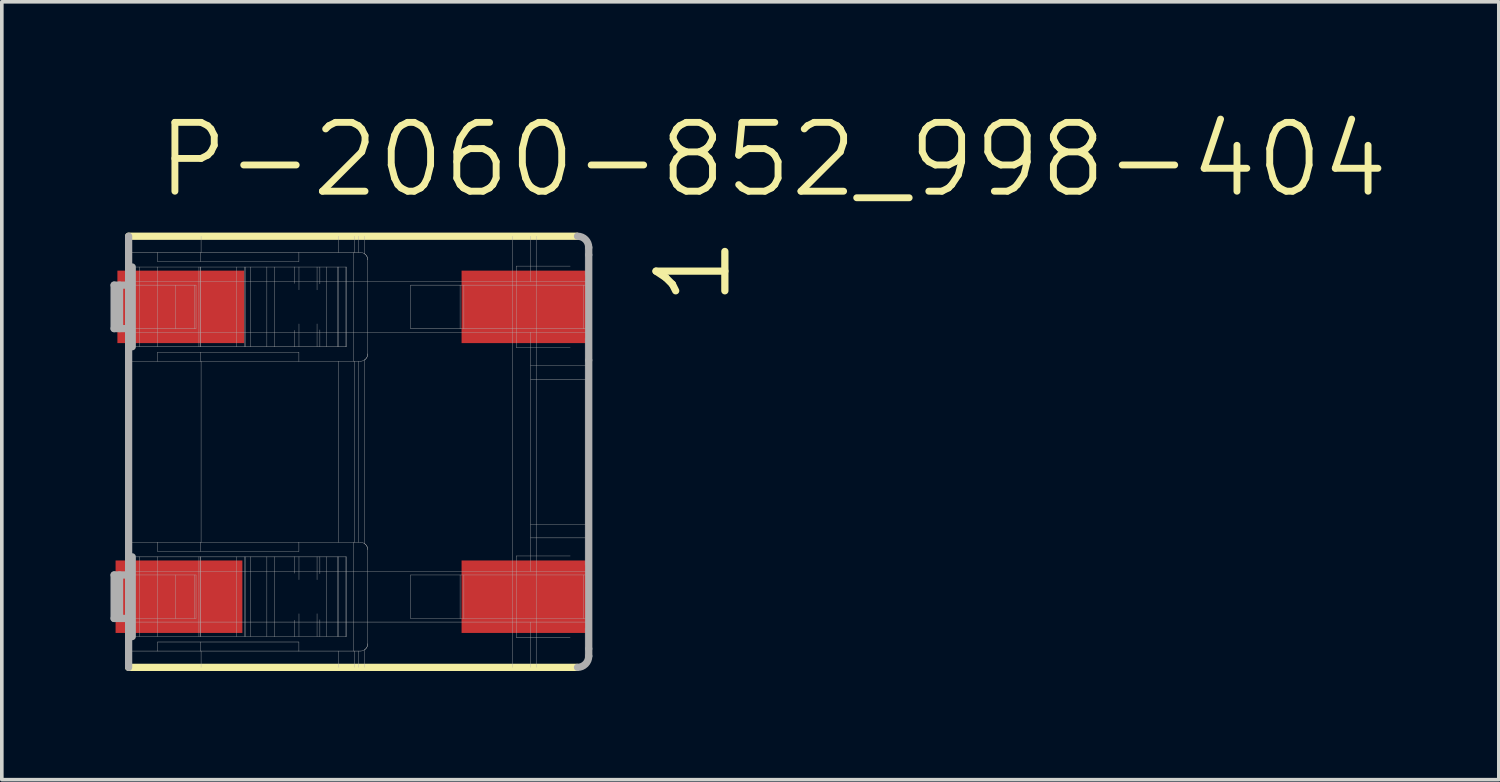
<source format=kicad_pcb>
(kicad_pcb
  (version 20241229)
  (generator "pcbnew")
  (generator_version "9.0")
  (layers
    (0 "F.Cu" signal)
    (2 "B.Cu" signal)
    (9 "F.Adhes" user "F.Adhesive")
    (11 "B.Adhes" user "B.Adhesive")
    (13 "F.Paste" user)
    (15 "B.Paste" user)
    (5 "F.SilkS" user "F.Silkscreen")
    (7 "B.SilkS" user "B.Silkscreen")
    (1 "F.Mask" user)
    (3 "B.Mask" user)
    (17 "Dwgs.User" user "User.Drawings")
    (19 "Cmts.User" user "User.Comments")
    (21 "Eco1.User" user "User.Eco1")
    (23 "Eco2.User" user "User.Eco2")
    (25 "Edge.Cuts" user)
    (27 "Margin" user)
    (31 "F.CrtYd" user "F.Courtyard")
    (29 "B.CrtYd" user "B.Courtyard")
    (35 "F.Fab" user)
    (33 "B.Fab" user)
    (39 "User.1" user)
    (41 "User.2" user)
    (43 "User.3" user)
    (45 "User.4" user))
  (footprint "P-2060-852_998-404"
    (layer "F.Cu")
    (at 6.69 9.42)
    (property "Reference" "P-2060-852_998-404" (at -5.49 -6.95 0) (layer "F.SilkS") (effects (font (size 1.9 1.9) (thickness 0.19)) (justify left bottom)))
    (attr through_hole)
    (fp_line (start -6.19 5.95) (end 6.185 5.95) (stroke (width 0.2) (type solid)) (layer "F.SilkS"))
    (fp_line (start 6.185 -5.95) (end -6.19 -5.95) (stroke (width 0.2) (type solid)) (layer "F.SilkS"))
    (fp_line (start -6.59 -3.4) (end -6.59 -4.6) (stroke (width 0.2) (type solid)) (layer "F.Fab"))
    (fp_line (start -6.59 4.6) (end -6.59 3.4) (stroke (width 0.2) (type solid)) (layer "F.Fab"))
    (fp_line (start -6.44 -3.4) (end -6.44 -4.6) (stroke (width 0.2) (type solid)) (layer "F.Fab"))
    (fp_line (start -6.44 4.6) (end -6.44 3.4) (stroke (width 0.2) (type solid)) (layer "F.Fab"))
    (fp_line (start -6.19 -5.95) (end -6.19 -4.6) (stroke (width 0.2) (type solid)) (layer "F.Fab"))
    (fp_line (start -6.19 -5.5) (end -5.39 -5.5) (stroke (width 0.01) (type solid)) (layer "F.Fab"))
    (fp_line (start -6.19 -4.7) (end 6.51 -4.7) (stroke (width 0.01) (type solid)) (layer "F.Fab"))
    (fp_line (start -6.19 -4.6) (end -6.59 -4.6) (stroke (width 0.2) (type solid)) (layer "F.Fab"))
    (fp_line (start -6.19 -4.6) (end -6.19 -3.4) (stroke (width 0.2) (type solid)) (layer "F.Fab"))
    (fp_line (start -6.19 -4.6) (end -4.329 -4.6) (stroke (width 0.01) (type solid)) (layer "F.Fab"))
    (fp_line (start -6.19 -3.4) (end -6.59 -3.4) (stroke (width 0.2) (type solid)) (layer "F.Fab"))
    (fp_line (start -6.19 -3.4) (end -6.19 3.4) (stroke (width 0.2) (type solid)) (layer "F.Fab"))
    (fp_line (start -6.19 -3.4) (end -4.329 -3.4) (stroke (width 0.01) (type solid)) (layer "F.Fab"))
    (fp_line (start -6.19 2.5) (end -5.39 2.5) (stroke (width 0.01) (type solid)) (layer "F.Fab"))
    (fp_line (start -6.19 3.3) (end 6.51 3.3) (stroke (width 0.01) (type solid)) (layer "F.Fab"))
    (fp_line (start -6.19 3.4) (end -6.59 3.4) (stroke (width 0.2) (type solid)) (layer "F.Fab"))
    (fp_line (start -6.19 3.4) (end -6.19 4.6) (stroke (width 0.2) (type solid)) (layer "F.Fab"))
    (fp_line (start -6.19 3.4) (end -4.329 3.4) (stroke (width 0.01) (type solid)) (layer "F.Fab"))
    (fp_line (start -6.19 4.6) (end -6.59 4.6) (stroke (width 0.2) (type solid)) (layer "F.Fab"))
    (fp_line (start -6.19 4.6) (end -6.19 5.95) (stroke (width 0.2) (type solid)) (layer "F.Fab"))
    (fp_line (start -6.19 4.6) (end -4.329 4.6) (stroke (width 0.01) (type solid)) (layer "F.Fab"))
    (fp_line (start -6.09 -5.1) (end -6.09 -2.9) (stroke (width 0.2) (type solid)) (layer "F.Fab"))
    (fp_line (start -6.09 2.9) (end -6.09 5.1) (stroke (width 0.2) (type solid)) (layer "F.Fab"))
    (fp_line (start -5.89 -2.9) (end -5.89 -5.1) (stroke (width 0.01) (type solid)) (layer "F.Fab"))
    (fp_line (start -5.89 5.1) (end -5.89 2.9) (stroke (width 0.01) (type solid)) (layer "F.Fab"))
    (fp_line (start -5.39 -5.5) (end -5.39 -5.25) (stroke (width 0.01) (type solid)) (layer "F.Fab"))
    (fp_line (start -5.39 -5.5) (end -4.205 -5.5) (stroke (width 0.01) (type solid)) (layer "F.Fab"))
    (fp_line (start -5.39 -5.25) (end -1.49 -5.25) (stroke (width 0.01) (type solid)) (layer "F.Fab"))
    (fp_line (start -5.39 -5.1) (end -5.39 -2.9) (stroke (width 0.01) (type solid)) (layer "F.Fab"))
    (fp_line (start -5.39 -2.5) (end -6.19 -2.5) (stroke (width 0.01) (type solid)) (layer "F.Fab"))
    (fp_line (start -5.39 -2.5) (end -5.39 -2.75) (stroke (width 0.01) (type solid)) (layer "F.Fab"))
    (fp_line (start -5.39 2.5) (end -5.39 2.75) (stroke (width 0.01) (type solid)) (layer "F.Fab"))
    (fp_line (start -5.39 2.5) (end -4.205 2.5) (stroke (width 0.01) (type solid)) (layer "F.Fab"))
    (fp_line (start -5.39 2.75) (end -1.49 2.75) (stroke (width 0.01) (type solid)) (layer "F.Fab"))
    (fp_line (start -5.39 2.9) (end -5.39 5.1) (stroke (width 0.01) (type solid)) (layer "F.Fab"))
    (fp_line (start -5.39 5.5) (end -6.19 5.5) (stroke (width 0.01) (type solid)) (layer "F.Fab"))
    (fp_line (start -5.39 5.5) (end -5.39 5.25) (stroke (width 0.01) (type solid)) (layer "F.Fab"))
    (fp_line (start -4.89 -3.4) (end -4.89 -4.6) (stroke (width 0.01) (type solid)) (layer "F.Fab"))
    (fp_line (start -4.89 4.6) (end -4.89 3.4) (stroke (width 0.01) (type solid)) (layer "F.Fab"))
    (fp_line (start -4.362 -3.4) (end -4.362 -4.6) (stroke (width 0.01) (type solid)) (layer "F.Fab"))
    (fp_line (start -4.362 4.6) (end -4.362 3.4) (stroke (width 0.01) (type solid)) (layer "F.Fab"))
    (fp_line (start -4.329 -3.4) (end -4.329 -4.6) (stroke (width 0.01) (type solid)) (layer "F.Fab"))
    (fp_line (start -4.329 4.6) (end -4.329 3.4) (stroke (width 0.01) (type solid)) (layer "F.Fab"))
    (fp_line (start -4.249 -2.9) (end -4.249 -5.1) (stroke (width 0.01) (type solid)) (layer "F.Fab"))
    (fp_line (start -4.249 5.1) (end -4.249 2.9) (stroke (width 0.01) (type solid)) (layer "F.Fab"))
    (fp_line (start -4.214 -2.9) (end -4.214 -5.1) (stroke (width 0.01) (type solid)) (layer "F.Fab"))
    (fp_line (start -4.214 5.1) (end -4.214 2.9) (stroke (width 0.01) (type solid)) (layer "F.Fab"))
    (fp_line (start -4.205 -5.5) (end -4.205 -5.25) (stroke (width 0.01) (type solid)) (layer "F.Fab"))
    (fp_line (start -4.205 -5.5) (end -1.49 -5.5) (stroke (width 0.01) (type solid)) (layer "F.Fab"))
    (fp_line (start -4.205 -2.9) (end -4.205 -5.1) (stroke (width 0.01) (type solid)) (layer "F.Fab"))
    (fp_line (start -4.205 -2.5) (end -5.39 -2.5) (stroke (width 0.01) (type solid)) (layer "F.Fab"))
    (fp_line (start -4.205 -2.5) (end -4.205 -2.75) (stroke (width 0.01) (type solid)) (layer "F.Fab"))
    (fp_line (start -4.205 2.5) (end -4.205 2.75) (stroke (width 0.01) (type solid)) (layer "F.Fab"))
    (fp_line (start -4.205 2.5) (end -1.49 2.5) (stroke (width 0.01) (type solid)) (layer "F.Fab"))
    (fp_line (start -4.205 5.1) (end -4.205 2.9) (stroke (width 0.01) (type solid)) (layer "F.Fab"))
    (fp_line (start -4.205 5.5) (end -5.39 5.5) (stroke (width 0.01) (type solid)) (layer "F.Fab"))
    (fp_line (start -4.205 5.5) (end -4.205 5.25) (stroke (width 0.01) (type solid)) (layer "F.Fab"))
    (fp_line (start -4.19 -5.95) (end -4.19 -5.5) (stroke (width 0.01) (type solid)) (layer "F.Fab"))
    (fp_line (start -4.19 -2.5) (end -4.19 2.5) (stroke (width 0.01) (type solid)) (layer "F.Fab"))
    (fp_line (start -4.19 5.5) (end -4.19 5.95) (stroke (width 0.01) (type solid)) (layer "F.Fab"))
    (fp_line (start -3.207 -2.9) (end -3.207 -5.1) (stroke (width 0.01) (type solid)) (layer "F.Fab"))
    (fp_line (start -3.207 5.1) (end -3.207 2.9) (stroke (width 0.01) (type solid)) (layer "F.Fab"))
    (fp_line (start -2.997 -2.9) (end -2.997 -5.1) (stroke (width 0.01) (type solid)) (layer "F.Fab"))
    (fp_line (start -2.997 5.1) (end -2.997 2.9) (stroke (width 0.01) (type solid)) (layer "F.Fab"))
    (fp_line (start -2.968 -2.9) (end -2.968 -5.1) (stroke (width 0.01) (type solid)) (layer "F.Fab"))
    (fp_line (start -2.968 5.1) (end -2.968 2.9) (stroke (width 0.01) (type solid)) (layer "F.Fab"))
    (fp_line (start -2.825 -2.9) (end -2.825 -5.1) (stroke (width 0.01) (type solid)) (layer "F.Fab"))
    (fp_line (start -2.825 5.1) (end -2.825 2.9) (stroke (width 0.01) (type solid)) (layer "F.Fab"))
    (fp_line (start -2.374 -2.9) (end -2.374 -5.1) (stroke (width 0.01) (type solid)) (layer "F.Fab"))
    (fp_line (start -2.374 5.1) (end -2.374 2.9) (stroke (width 0.01) (type solid)) (layer "F.Fab"))
    (fp_line (start -2.155 -2.9) (end -6.09 -2.9) (stroke (width 0.01) (type solid)) (layer "F.Fab"))
    (fp_line (start -2.155 -2.9) (end -2.155 -5.1) (stroke (width 0.01) (type solid)) (layer "F.Fab"))
    (fp_line (start -2.155 5.1) (end -6.09 5.1) (stroke (width 0.01) (type solid)) (layer "F.Fab"))
    (fp_line (start -2.155 5.1) (end -2.155 2.9) (stroke (width 0.01) (type solid)) (layer "F.Fab"))
    (fp_line (start -1.607 -5.1) (end -6.09 -5.1) (stroke (width 0.01) (type solid)) (layer "F.Fab"))
    (fp_line (start -1.607 -4.647) (end -1.607 -5.1) (stroke (width 0.01) (type solid)) (layer "F.Fab"))
    (fp_line (start -1.607 -2.9) (end -2.155 -2.9) (stroke (width 0.01) (type solid)) (layer "F.Fab"))
    (fp_line (start -1.607 -2.9) (end -1.607 -3.353) (stroke (width 0.01) (type solid)) (layer "F.Fab"))
    (fp_line (start -1.607 2.9) (end -6.09 2.9) (stroke (width 0.01) (type solid)) (layer "F.Fab"))
    (fp_line (start -1.607 3.353) (end -1.607 2.9) (stroke (width 0.01) (type solid)) (layer "F.Fab"))
    (fp_line (start -1.607 5.1) (end -2.155 5.1) (stroke (width 0.01) (type solid)) (layer "F.Fab"))
    (fp_line (start -1.607 5.1) (end -1.607 4.647) (stroke (width 0.01) (type solid)) (layer "F.Fab"))
    (fp_line (start -1.49 -5.5) (end -1.49 -5.25) (stroke (width 0.01) (type solid)) (layer "F.Fab"))
    (fp_line (start -1.49 -5.5) (end 0.21 -5.5) (stroke (width 0.01) (type solid)) (layer "F.Fab"))
    (fp_line (start -1.49 -2.75) (end -5.39 -2.75) (stroke (width 0.01) (type solid)) (layer "F.Fab"))
    (fp_line (start -1.49 -2.5) (end -4.205 -2.5) (stroke (width 0.01) (type solid)) (layer "F.Fab"))
    (fp_line (start -1.49 -2.5) (end -1.49 -2.75) (stroke (width 0.01) (type solid)) (layer "F.Fab"))
    (fp_line (start -1.49 2.5) (end -1.49 2.75) (stroke (width 0.01) (type solid)) (layer "F.Fab"))
    (fp_line (start -1.49 2.5) (end 0.21 2.5) (stroke (width 0.01) (type solid)) (layer "F.Fab"))
    (fp_line (start -1.49 5.25) (end -5.39 5.25) (stroke (width 0.01) (type solid)) (layer "F.Fab"))
    (fp_line (start -1.49 5.5) (end -4.205 5.5) (stroke (width 0.01) (type solid)) (layer "F.Fab"))
    (fp_line (start -1.49 5.5) (end -1.49 5.25) (stroke (width 0.01) (type solid)) (layer "F.Fab"))
    (fp_line (start -1.488 -4.47) (end -1.488 -5.1) (stroke (width 0.01) (type solid)) (layer "F.Fab"))
    (fp_line (start -1.488 -2.9) (end -1.488 -3.53) (stroke (width 0.01) (type solid)) (layer "F.Fab"))
    (fp_line (start -1.488 3.53) (end -1.488 2.9) (stroke (width 0.01) (type solid)) (layer "F.Fab"))
    (fp_line (start -1.488 5.1) (end -1.488 4.47) (stroke (width 0.01) (type solid)) (layer "F.Fab"))
    (fp_line (start -0.989 -4.469) (end -0.989 -5.1) (stroke (width 0.01) (type solid)) (layer "F.Fab"))
    (fp_line (start -0.989 -2.9) (end -0.989 -3.531) (stroke (width 0.01) (type solid)) (layer "F.Fab"))
    (fp_line (start -0.989 3.531) (end -0.989 2.9) (stroke (width 0.01) (type solid)) (layer "F.Fab"))
    (fp_line (start -0.989 5.1) (end -0.989 4.469) (stroke (width 0.01) (type solid)) (layer "F.Fab"))
    (fp_line (start -0.911 -4.634) (end -0.911 -5.1) (stroke (width 0.01) (type solid)) (layer "F.Fab"))
    (fp_line (start -0.911 -2.9) (end -0.911 -3.366) (stroke (width 0.01) (type solid)) (layer "F.Fab"))
    (fp_line (start -0.911 3.366) (end -0.911 2.9) (stroke (width 0.01) (type solid)) (layer "F.Fab"))
    (fp_line (start -0.911 5.1) (end -0.911 4.634) (stroke (width 0.01) (type solid)) (layer "F.Fab"))
    (fp_line (start -0.726 -2.9) (end -0.726 -5.1) (stroke (width 0.01) (type solid)) (layer "F.Fab"))
    (fp_line (start -0.726 5.1) (end -0.726 2.9) (stroke (width 0.01) (type solid)) (layer "F.Fab"))
    (fp_line (start -0.432 -2.9) (end -0.432 -5.1) (stroke (width 0.01) (type solid)) (layer "F.Fab"))
    (fp_line (start -0.432 5.1) (end -0.432 2.9) (stroke (width 0.01) (type solid)) (layer "F.Fab"))
    (fp_line (start -0.403 -2.9) (end -0.403 -5.1) (stroke (width 0.01) (type solid)) (layer "F.Fab"))
    (fp_line (start -0.403 5.1) (end -0.403 2.9) (stroke (width 0.01) (type solid)) (layer "F.Fab"))
    (fp_line (start -0.396 -5.95) (end -0.396 -5.5) (stroke (width 0.01) (type solid)) (layer "F.Fab"))
    (fp_line (start -0.396 -2.5) (end -0.396 2.5) (stroke (width 0.01) (type solid)) (layer "F.Fab"))
    (fp_line (start -0.396 5.5) (end -0.396 5.95) (stroke (width 0.01) (type solid)) (layer "F.Fab"))
    (fp_line (start -0.192 -2.9) (end -1.607 -2.9) (stroke (width 0.01) (type solid)) (layer "F.Fab"))
    (fp_line (start -0.192 -2.9) (end -0.192 -5.1) (stroke (width 0.01) (type solid)) (layer "F.Fab"))
    (fp_line (start -0.192 5.1) (end -1.607 5.1) (stroke (width 0.01) (type solid)) (layer "F.Fab"))
    (fp_line (start -0.192 5.1) (end -0.192 2.9) (stroke (width 0.01) (type solid)) (layer "F.Fab"))
    (fp_line (start -0.182 -5.1) (end -1.607 -5.1) (stroke (width 0.01) (type solid)) (layer "F.Fab"))
    (fp_line (start -0.182 -2.9) (end -0.192 -2.9) (stroke (width 0.01) (type solid)) (layer "F.Fab"))
    (fp_line (start -0.182 -2.9) (end -0.182 -5.1) (stroke (width 0.01) (type solid)) (layer "F.Fab"))
    (fp_line (start -0.182 2.9) (end -1.607 2.9) (stroke (width 0.01) (type solid)) (layer "F.Fab"))
    (fp_line (start -0.182 5.1) (end -0.192 5.1) (stroke (width 0.01) (type solid)) (layer "F.Fab"))
    (fp_line (start -0.182 5.1) (end -0.182 2.9) (stroke (width 0.01) (type solid)) (layer "F.Fab"))
    (fp_line (start 0.01 -5.5) (end 0.01 -2.5) (stroke (width 0.01) (type solid)) (layer "F.Fab"))
    (fp_line (start 0.01 2.5) (end 0.01 5.5) (stroke (width 0.01) (type solid)) (layer "F.Fab"))
    (fp_line (start 0.037 -5.95) (end 0.037 -5.5) (stroke (width 0.01) (type solid)) (layer "F.Fab"))
    (fp_line (start 0.037 -2.5) (end 0.037 2.5) (stroke (width 0.01) (type solid)) (layer "F.Fab"))
    (fp_line (start 0.037 5.5) (end 0.037 5.95) (stroke (width 0.01) (type solid)) (layer "F.Fab"))
    (fp_line (start 0.152 -5.95) (end 0.152 -5.5) (stroke (width 0.01) (type solid)) (layer "F.Fab"))
    (fp_line (start 0.152 -2.5) (end 0.152 2.5) (stroke (width 0.01) (type solid)) (layer "F.Fab"))
    (fp_line (start 0.152 5.5) (end 0.152 5.95) (stroke (width 0.01) (type solid)) (layer "F.Fab"))
    (fp_line (start 0.21 -2.5) (end -1.49 -2.5) (stroke (width 0.01) (type solid)) (layer "F.Fab"))
    (fp_line (start 0.21 5.5) (end -1.49 5.5) (stroke (width 0.01) (type solid)) (layer "F.Fab"))
    (fp_line (start 0.326 -5.95) (end 0.326 -5.463) (stroke (width 0.01) (type solid)) (layer "F.Fab"))
    (fp_line (start 0.326 -2.537) (end 0.326 2.537) (stroke (width 0.01) (type solid)) (layer "F.Fab"))
    (fp_line (start 0.326 5.463) (end 0.326 5.95) (stroke (width 0.01) (type solid)) (layer "F.Fab"))
    (fp_line (start 0.41 -5.3) (end 0.41 -2.7) (stroke (width 0.01) (type solid)) (layer "F.Fab"))
    (fp_line (start 0.41 2.7) (end 0.41 5.3) (stroke (width 0.01) (type solid)) (layer "F.Fab"))
    (fp_line (start 1.593 -4.6) (end 1.593 -3.4) (stroke (width 0.01) (type solid)) (layer "F.Fab"))
    (fp_line (start 1.593 -3.4) (end 2.959 -3.4) (stroke (width 0.01) (type solid)) (layer "F.Fab"))
    (fp_line (start 1.593 3.4) (end 1.593 4.6) (stroke (width 0.01) (type solid)) (layer "F.Fab"))
    (fp_line (start 1.593 4.6) (end 2.959 4.6) (stroke (width 0.01) (type solid)) (layer "F.Fab"))
    (fp_line (start 2.959 -3.4) (end 2.959 -4.6) (stroke (width 0.01) (type solid)) (layer "F.Fab"))
    (fp_line (start 2.959 -3.4) (end 3.064 -3.4) (stroke (width 0.01) (type solid)) (layer "F.Fab"))
    (fp_line (start 2.959 4.6) (end 2.959 3.4) (stroke (width 0.01) (type solid)) (layer "F.Fab"))
    (fp_line (start 2.959 4.6) (end 3.064 4.6) (stroke (width 0.01) (type solid)) (layer "F.Fab"))
    (fp_line (start 3.064 -3.4) (end 3.064 -4.6) (stroke (width 0.01) (type solid)) (layer "F.Fab"))
    (fp_line (start 3.064 -3.4) (end 6.36 -3.4) (stroke (width 0.01) (type solid)) (layer "F.Fab"))
    (fp_line (start 3.064 4.6) (end 3.064 3.4) (stroke (width 0.01) (type solid)) (layer "F.Fab"))
    (fp_line (start 3.064 4.6) (end 6.36 4.6) (stroke (width 0.01) (type solid)) (layer "F.Fab"))
    (fp_line (start 4.41 -5.95) (end 4.41 5.95) (stroke (width 0.01) (type solid)) (layer "F.Fab"))
    (fp_line (start 4.51 -2.875) (end 4.51 -5.125) (stroke (width 0.01) (type solid)) (layer "F.Fab"))
    (fp_line (start 4.51 -2.875) (end 5.998 -2.875) (stroke (width 0.01) (type solid)) (layer "F.Fab"))
    (fp_line (start 4.51 5.125) (end 4.51 2.875) (stroke (width 0.01) (type solid)) (layer "F.Fab"))
    (fp_line (start 4.51 5.125) (end 5.998 5.125) (stroke (width 0.01) (type solid)) (layer "F.Fab"))
    (fp_line (start 4.91 -5.95) (end 4.91 -4.7) (stroke (width 0.01) (type solid)) (layer "F.Fab"))
    (fp_line (start 4.91 -3.3) (end 4.91 -2.376) (stroke (width 0.01) (type solid)) (layer "F.Fab"))
    (fp_line (start 4.91 -2.376) (end 4.91 -2) (stroke (width 0.01) (type solid)) (layer "F.Fab"))
    (fp_line (start 4.91 -2) (end 4.91 2) (stroke (width 0.01) (type solid)) (layer "F.Fab"))
    (fp_line (start 4.91 2) (end 4.91 2.376) (stroke (width 0.01) (type solid)) (layer "F.Fab"))
    (fp_line (start 4.91 2.376) (end 4.91 3.3) (stroke (width 0.01) (type solid)) (layer "F.Fab"))
    (fp_line (start 4.91 4.7) (end 4.91 5.95) (stroke (width 0.01) (type solid)) (layer "F.Fab"))
    (fp_line (start 5.059 -5.95) (end 5.059 5.95) (stroke (width 0.01) (type solid)) (layer "F.Fab"))
    (fp_line (start 5.998 -5.125) (end 4.51 -5.125) (stroke (width 0.01) (type solid)) (layer "F.Fab"))
    (fp_line (start 5.998 2.875) (end 4.51 2.875) (stroke (width 0.01) (type solid)) (layer "F.Fab"))
    (fp_line (start 6.36 -3.4) (end 6.36 -4.6) (stroke (width 0.01) (type solid)) (layer "F.Fab"))
    (fp_line (start 6.36 -3.4) (end 6.51 -3.4) (stroke (width 0.01) (type solid)) (layer "F.Fab"))
    (fp_line (start 6.36 4.6) (end 6.36 3.4) (stroke (width 0.01) (type solid)) (layer "F.Fab"))
    (fp_line (start 6.36 4.6) (end 6.51 4.6) (stroke (width 0.01) (type solid)) (layer "F.Fab"))
    (fp_line (start 6.41 -5.745) (end 6.41 -4.87) (stroke (width 0.01) (type solid)) (layer "F.Fab"))
    (fp_line (start 6.41 -3.13) (end 6.41 3.13) (stroke (width 0.01) (type solid)) (layer "F.Fab"))
    (fp_line (start 6.41 4.87) (end 6.41 5.745) (stroke (width 0.01) (type solid)) (layer "F.Fab"))
    (fp_line (start 6.432 -2) (end 4.91 -2) (stroke (width 0.01) (type solid)) (layer "F.Fab"))
    (fp_line (start 6.432 2) (end 4.91 2) (stroke (width 0.01) (type solid)) (layer "F.Fab"))
    (fp_line (start 6.432 2) (end 6.432 -2) (stroke (width 0.01) (type solid)) (layer "F.Fab"))
    (fp_line (start 6.492 -2.376) (end 4.91 -2.376) (stroke (width 0.01) (type solid)) (layer "F.Fab"))
    (fp_line (start 6.492 2.376) (end 4.91 2.376) (stroke (width 0.01) (type solid)) (layer "F.Fab"))
    (fp_line (start 6.51 -5.44) (end 6.51 -5.64) (stroke (width 0.2) (type solid)) (layer "F.Fab"))
    (fp_line (start 6.51 -5.43) (end 6.51 -2.534) (stroke (width 0.2) (type solid)) (layer "F.Fab"))
    (fp_line (start 6.51 -4.6) (end 1.593 -4.6) (stroke (width 0.01) (type solid)) (layer "F.Fab"))
    (fp_line (start 6.51 -3.3) (end -6.19 -3.3) (stroke (width 0.01) (type solid)) (layer "F.Fab"))
    (fp_line (start 6.51 -2.52) (end 6.51 5.43) (stroke (width 0.2) (type solid)) (layer "F.Fab"))
    (fp_line (start 6.51 3.4) (end 1.593 3.4) (stroke (width 0.01) (type solid)) (layer "F.Fab"))
    (fp_line (start 6.51 4.7) (end -6.19 4.7) (stroke (width 0.01) (type solid)) (layer "F.Fab"))
    (fp_line (start 6.51 5.64) (end 6.51 5.44) (stroke (width 0.2) (type solid)) (layer "F.Fab"))
    (fp_arc (start 0.209999 -5.5) (mid 0.270596 -5.490609) (end 0.3255 -5.4633) (stroke (width 0.01) (type solid)) (layer "F.Fab"))
    (fp_arc (start 0.21 2.499999) (mid 0.270597 2.50939) (end 0.3255 2.5367) (stroke (width 0.01) (type solid)) (layer "F.Fab"))
    (fp_arc (start 0.325499 -5.4633) (mid 0.387628 -5.391936) (end 0.41 -5.3) (stroke (width 0.01) (type solid)) (layer "F.Fab"))
    (fp_arc (start 0.325499 -5.4633) (mid 0.387628 -5.391936) (end 0.41 -5.3) (stroke (width 0.01) (type solid)) (layer "F.Fab"))
    (fp_arc (start 0.3255 -2.536701) (mid 0.270597 -2.509392) (end 0.21 -2.5) (stroke (width 0.01) (type solid)) (layer "F.Fab"))
    (fp_arc (start 0.3255 2.5367) (mid 0.387628 2.608064) (end 0.41 2.7) (stroke (width 0.01) (type solid)) (layer "F.Fab"))
    (fp_arc (start 0.3255 2.5367) (mid 0.387628 2.608064) (end 0.41 2.7) (stroke (width 0.01) (type solid)) (layer "F.Fab"))
    (fp_arc (start 0.3255 5.463299) (mid 0.270597 5.490608) (end 0.21 5.5) (stroke (width 0.01) (type solid)) (layer "F.Fab"))
    (fp_arc (start 0.41 -2.7) (mid 0.387628 -2.608064) (end 0.3255 -2.5367) (stroke (width 0.01) (type solid)) (layer "F.Fab"))
    (fp_arc (start 0.41 -2.7) (mid 0.387628 -2.608064) (end 0.3255 -2.5367) (stroke (width 0.01) (type solid)) (layer "F.Fab"))
    (fp_arc (start 0.410001 5.3) (mid 0.387629 5.391936) (end 0.3255 5.4633) (stroke (width 0.01) (type solid)) (layer "F.Fab"))
    (fp_arc (start 0.410001 5.3) (mid 0.387629 5.391936) (end 0.3255 5.4633) (stroke (width 0.01) (type solid)) (layer "F.Fab"))
    (fp_arc (start 6.2 -5.95) (mid 6.419203 -5.859203) (end 6.51 -5.64) (stroke (width 0.2) (type solid)) (layer "F.Fab"))
    (fp_arc (start 6.51 5.64) (mid 6.419203 5.859203) (end 6.2 5.95) (stroke (width 0.2) (type solid)) (layer "F.Fab"))
    (fp_text user "1" (at 10.51 -3.95 90) (layer "F.SilkS") (effects (font (size 1.9 1.9) (thickness 0.2)) (justify left bottom)))
    (pad "1" smd rect (at -4.75 -4) (size 3.5 2) (layers "F.Cu" "F.Mask" "F.Paste"))
    (pad "1" smd rect (at 4.75 -4) (size 3.5 2) (layers "F.Cu" "F.Mask" "F.Paste"))
    (pad "2" smd rect (at -4.8 4) (size 3.5 2) (layers "F.Cu" "F.Mask" "F.Paste"))
    (pad "2" smd rect (at 4.75 4) (size 3.5 2) (layers "F.Cu" "F.Mask" "F.Paste")))
  (gr_rect
    (start -3 -3)
    (end 38.319 18.47)
    (stroke (width 0.1) (type default))
    (fill no)
    (layer "Edge.Cuts")))
</source>
